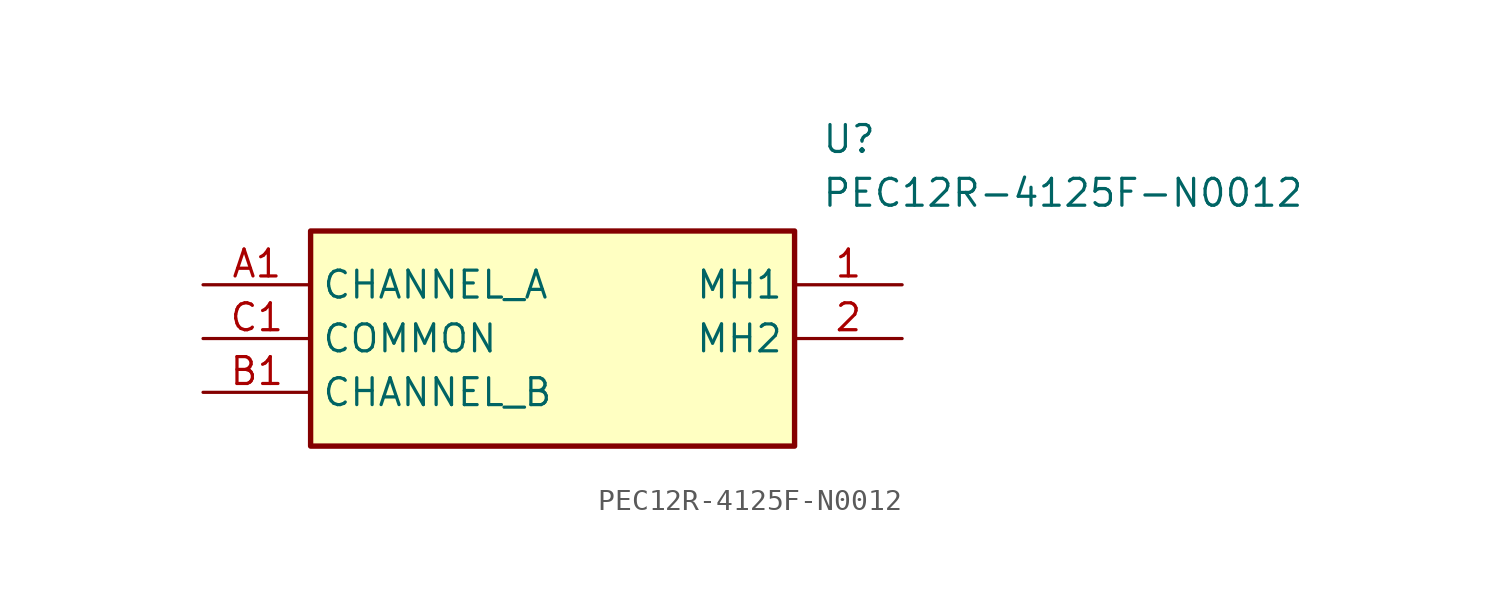
<source format=kicad_sym>
(kicad_symbol_lib
  (version 20211014)
  (generator SamacSys_ECAD_Model)
  (symbol "PEC12R-4125F-N0012"
    (property "Reference" "U"
      (at 29.21 7.62 0)
      (effects (font (size 1.27 1.27)) (justify left top)))
    (property "Value" "PEC12R-4125F-N0012"
      (at 29.21 5.08 0)
      (effects (font (size 1.27 1.27)) (justify left top)))
    (rectangle
      (start 5.08 2.54)
      (end 27.94 -7.62)
      (stroke (width 0.254) (type default))
      (fill (type background)))
    (pin passive line
      (at 33.02 0 180)
      (length 5.08)
      (name "MH1" (effects (font (size 1.27 1.27))))
      (number "1" (effects (font (size 1.27 1.27)))))
    (pin passive line
      (at 33.02 -2.54 180)
      (length 5.08)
      (name "MH2" (effects (font (size 1.27 1.27))))
      (number "2" (effects (font (size 1.27 1.27)))))
    (pin passive line
      (at 0 0 0)
      (length 5.08)
      (name "CHANNEL_A" (effects (font (size 1.27 1.27))))
      (number "A1" (effects (font (size 1.27 1.27)))))
    (pin passive line
      (at 0 -5.08 0)
      (length 5.08)
      (name "CHANNEL_B" (effects (font (size 1.27 1.27))))
      (number "B1" (effects (font (size 1.27 1.27)))))
    (pin passive line
      (at 0 -2.54 0)
      (length 5.08)
      (name "COMMON" (effects (font (size 1.27 1.27))))
      (number "C1" (effects (font (size 1.27 1.27)))))))
</source>
